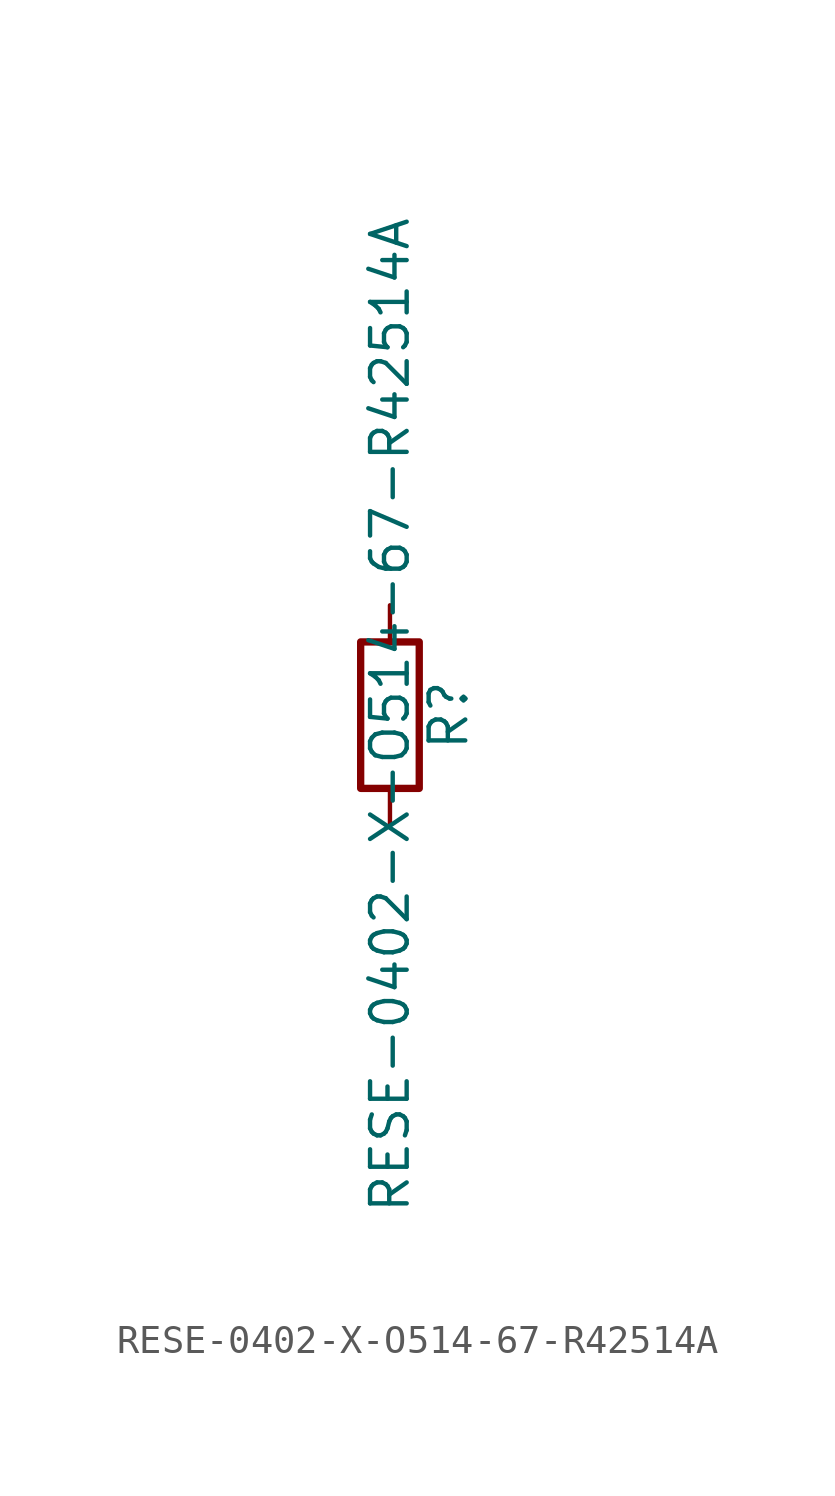
<source format=kicad_sym>
(kicad_symbol_lib
  (version 20211014)
  (generator kicad_symbol_editor)
  (symbol "RESE-0402-X-O514-67-R42514A"
    (pin_numbers hide)
    (pin_names
      (offset 0))
    (property "Reference" "R"
      (at 2.032 0 90)
      (effects (font (size 1.27 1.27))))
    (property "Value" "RESE-0402-X-O514-67-R42514A"
      (at 0 0 90)
      (effects (font (size 1.27 1.27))))
    (symbol "RESE-0402-X-O514-67-R42514A_0_1"
      (rectangle (start -1.016 -2.54) (end 1.016 2.54) (stroke (width 0.254) (type default) (color 0 0 0 0)) (fill (type none))))
    (symbol "RESE-0402-X-O514-67-R42514A_1_1"
      (pin passive line (at 0 3.81 270) (length 1.27) (name "~" (effects (font (size 1.27 1.27)))) (number "1" (effects (font (size 1.27 1.27)))))
      (pin passive line (at 0 -3.81 90) (length 1.27) (name "~" (effects (font (size 1.27 1.27)))) (number "2" (effects (font (size 1.27 1.27))))))))
</source>
